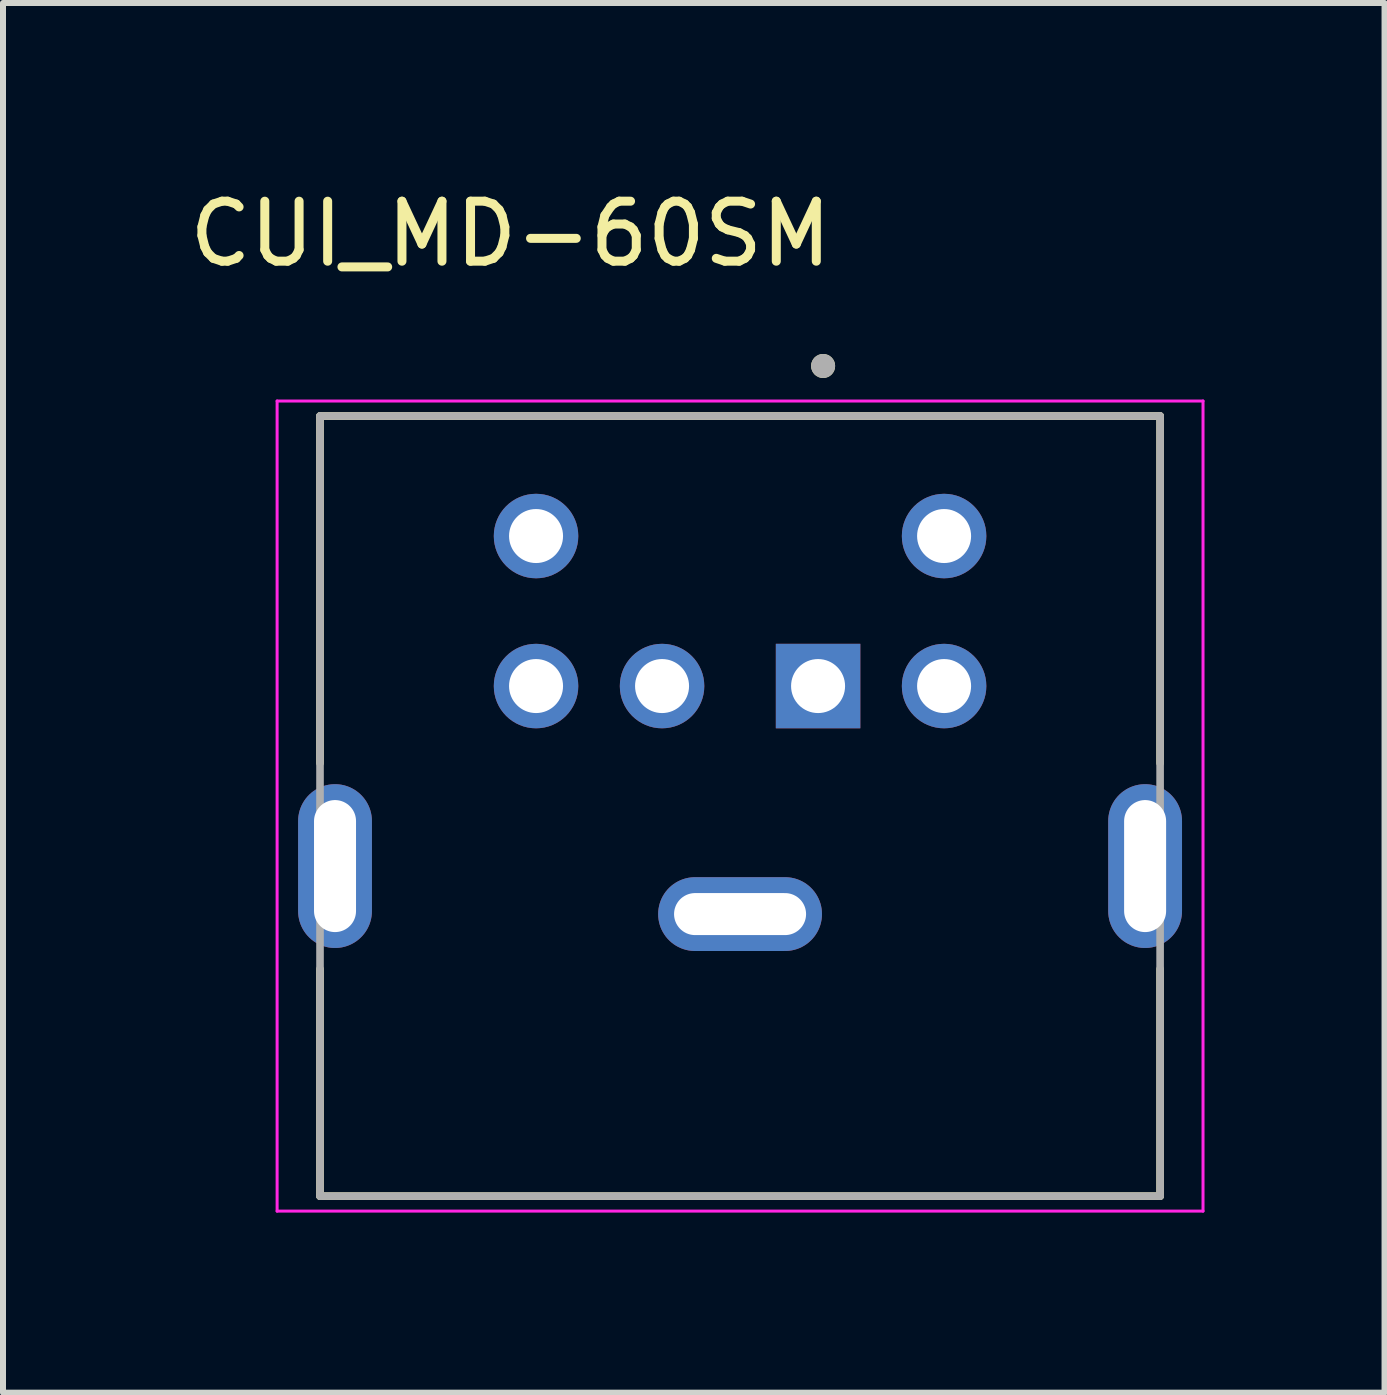
<source format=kicad_pcb>
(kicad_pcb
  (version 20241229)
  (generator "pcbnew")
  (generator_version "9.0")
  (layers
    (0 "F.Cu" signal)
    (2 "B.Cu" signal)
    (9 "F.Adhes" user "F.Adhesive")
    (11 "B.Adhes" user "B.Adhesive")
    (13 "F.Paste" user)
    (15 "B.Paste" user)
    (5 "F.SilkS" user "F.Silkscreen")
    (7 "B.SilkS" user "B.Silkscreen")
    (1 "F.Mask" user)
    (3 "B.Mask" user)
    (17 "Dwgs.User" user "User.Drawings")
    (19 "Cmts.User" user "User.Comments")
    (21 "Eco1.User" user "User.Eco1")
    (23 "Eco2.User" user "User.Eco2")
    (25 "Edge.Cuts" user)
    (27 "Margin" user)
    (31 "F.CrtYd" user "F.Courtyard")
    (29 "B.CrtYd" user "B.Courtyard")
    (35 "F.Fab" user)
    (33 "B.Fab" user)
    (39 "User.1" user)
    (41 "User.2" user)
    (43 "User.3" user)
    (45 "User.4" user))
  (footprint "CUI_MD-60SM"
    (layer "F.Cu")
    (at 9.283 12.183)
    (property "Reference" "CUI_MD-60SM" (at -3.825 -11.335 0) (layer "F.SilkS") (effects (font (size 1 1) (thickness 0.15))))
    (attr through_hole)
    (fp_line (start -7 -8.3) (end 7 -8.3) (stroke (width 0.127) (type solid)) (layer "F.SilkS"))
    (fp_line (start -7 -2.515) (end -7 -8.3) (stroke (width 0.127) (type solid)) (layer "F.SilkS"))
    (fp_line (start -7 4.7) (end -7 0.915) (stroke (width 0.127) (type solid)) (layer "F.SilkS"))
    (fp_line (start 7 -8.3) (end 7 -2.515) (stroke (width 0.127) (type solid)) (layer "F.SilkS"))
    (fp_line (start 7 4.7) (end -7 4.7) (stroke (width 0.127) (type solid)) (layer "F.SilkS"))
    (fp_line (start 7 4.7) (end 7 0.915) (stroke (width 0.127) (type solid)) (layer "F.SilkS"))
    (fp_circle (center 1.384 -9.134) (end 1.484 -9.134) (stroke (width 0.2) (type solid)) (fill no) (layer "F.SilkS"))
    (fp_line (start -7.715 -8.55) (end -7.715 4.95) (stroke (width 0.05) (type solid)) (layer "F.CrtYd"))
    (fp_line (start -7.715 4.95) (end 7.715 4.95) (stroke (width 0.05) (type solid)) (layer "F.CrtYd"))
    (fp_line (start 7.715 -8.55) (end -7.715 -8.55) (stroke (width 0.05) (type solid)) (layer "F.CrtYd"))
    (fp_line (start 7.715 4.95) (end 7.715 -8.55) (stroke (width 0.05) (type solid)) (layer "F.CrtYd"))
    (fp_line (start -7 -8.3) (end 7 -8.3) (stroke (width 0.127) (type solid)) (layer "F.Fab"))
    (fp_line (start -7 4.7) (end -7 -8.3) (stroke (width 0.127) (type solid)) (layer "F.Fab"))
    (fp_line (start 7 -8.3) (end 7 4.7) (stroke (width 0.127) (type solid)) (layer "F.Fab"))
    (fp_line (start 7 4.7) (end -7 4.7) (stroke (width 0.127) (type solid)) (layer "F.Fab"))
    (fp_circle (center 1.384 -9.134) (end 1.484 -9.134) (stroke (width 0.2) (type solid)) (fill no) (layer "F.Fab"))
    (pad "1" thru_hole rect (at 1.3 -3.8) (size 1.408 1.408) (drill 0.9) (layers "*.Cu" "*.Mask"))
    (pad "2" thru_hole circle (at -1.3 -3.8) (size 1.408 1.408) (drill 0.9) (layers "*.Cu" "*.Mask"))
    (pad "3" thru_hole circle (at 3.4 -3.8) (size 1.408 1.408) (drill 0.9) (layers "*.Cu" "*.Mask"))
    (pad "4" thru_hole circle (at -3.4 -3.8) (size 1.408 1.408) (drill 0.9) (layers "*.Cu" "*.Mask"))
    (pad "5" thru_hole circle (at 3.4 -6.3) (size 1.408 1.408) (drill 0.9) (layers "*.Cu" "*.Mask"))
    (pad "6" thru_hole circle (at -3.4 -6.3) (size 1.408 1.408) (drill 0.9) (layers "*.Cu" "*.Mask"))
    (pad "S1" thru_hole oval (at 0 0) (size 2.73 1.23) (drill oval 2.2 0.7) (layers "*.Cu" "*.Mask"))
    (pad "S2" thru_hole oval (at -6.75 -0.8) (size 1.23 2.73) (drill oval 0.7 2.2) (layers "*.Cu" "*.Mask"))
    (pad "S3" thru_hole oval (at 6.75 -0.8) (size 1.23 2.73) (drill oval 0.7 2.2) (layers "*.Cu" "*.Mask")))
  (gr_rect
    (start -3 -3)
    (end 20.023 20.158)
    (stroke (width 0.1) (type default))
    (fill no)
    (layer "Edge.Cuts")))
</source>
